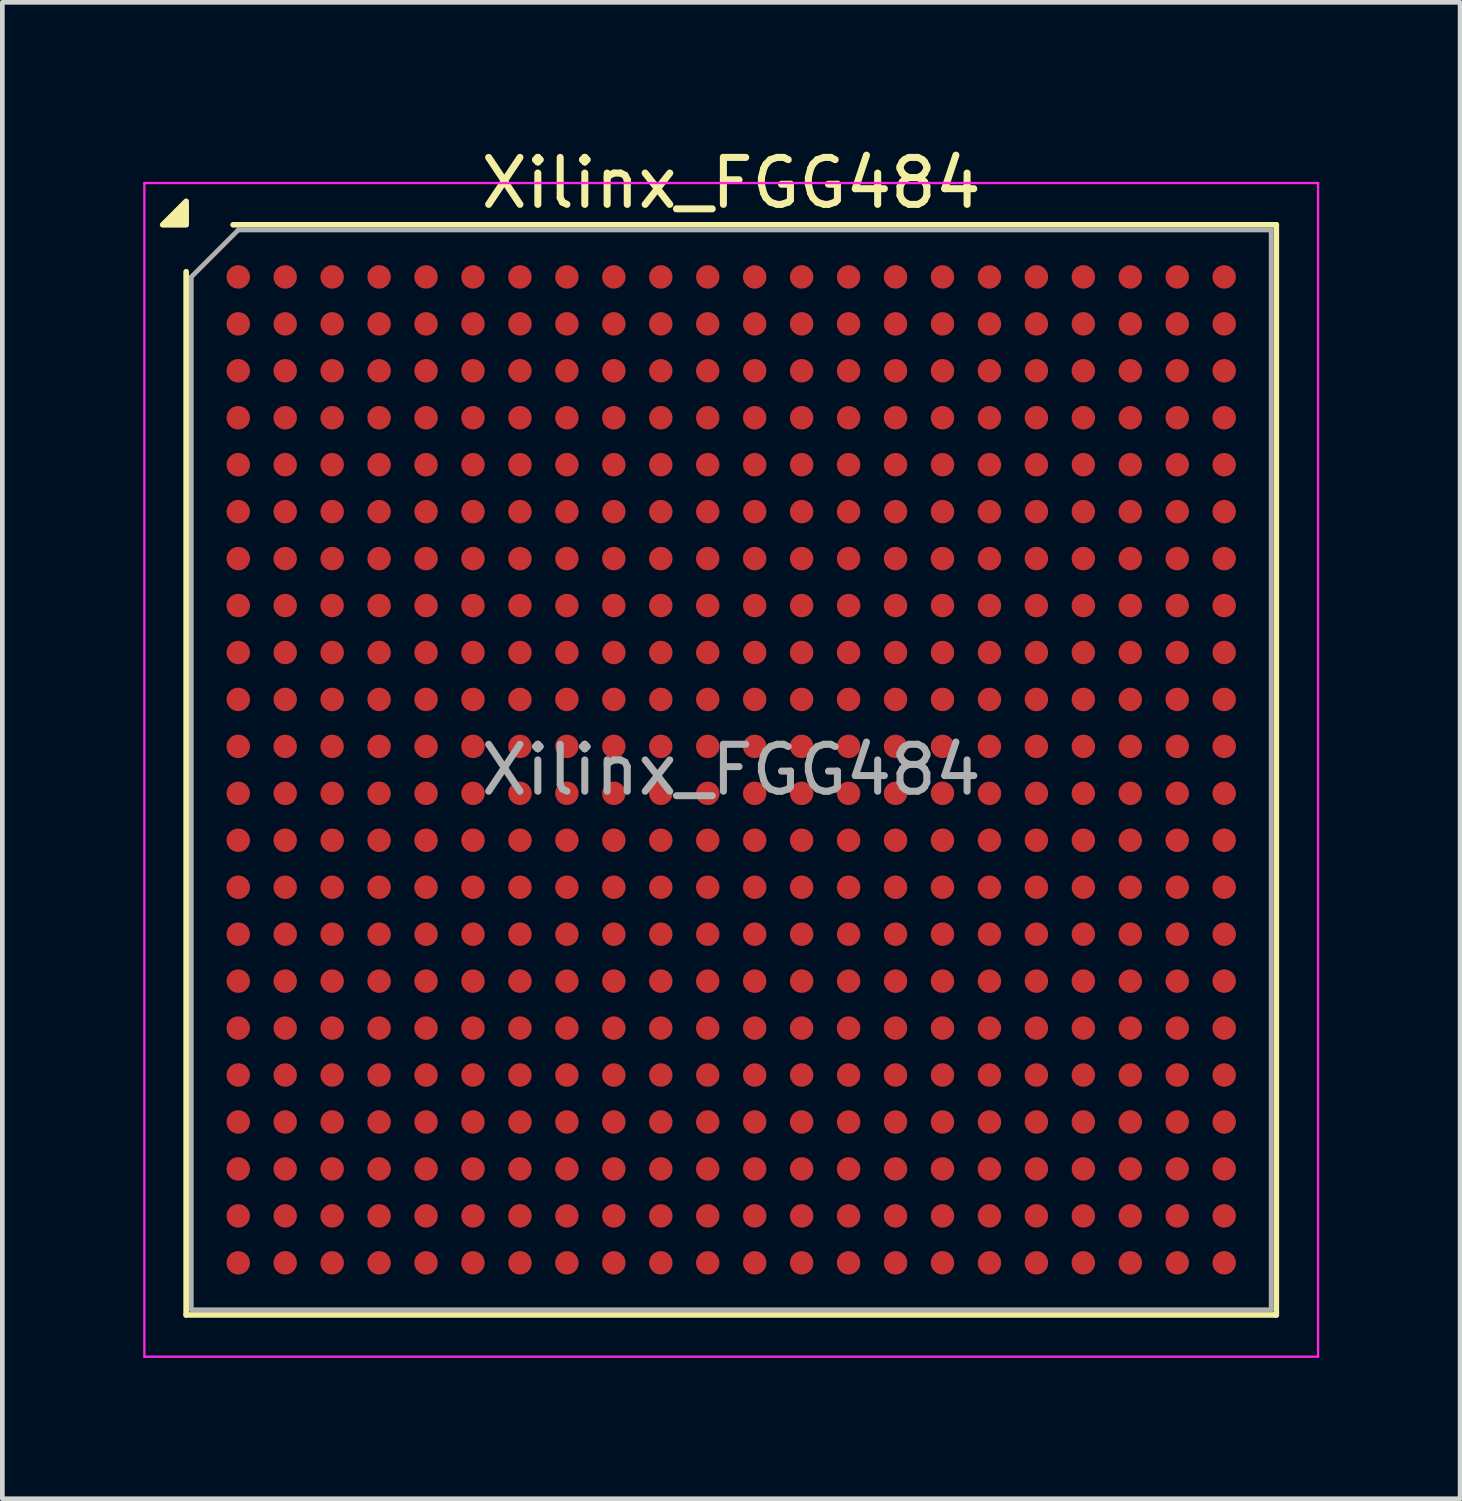
<source format=kicad_pcb>
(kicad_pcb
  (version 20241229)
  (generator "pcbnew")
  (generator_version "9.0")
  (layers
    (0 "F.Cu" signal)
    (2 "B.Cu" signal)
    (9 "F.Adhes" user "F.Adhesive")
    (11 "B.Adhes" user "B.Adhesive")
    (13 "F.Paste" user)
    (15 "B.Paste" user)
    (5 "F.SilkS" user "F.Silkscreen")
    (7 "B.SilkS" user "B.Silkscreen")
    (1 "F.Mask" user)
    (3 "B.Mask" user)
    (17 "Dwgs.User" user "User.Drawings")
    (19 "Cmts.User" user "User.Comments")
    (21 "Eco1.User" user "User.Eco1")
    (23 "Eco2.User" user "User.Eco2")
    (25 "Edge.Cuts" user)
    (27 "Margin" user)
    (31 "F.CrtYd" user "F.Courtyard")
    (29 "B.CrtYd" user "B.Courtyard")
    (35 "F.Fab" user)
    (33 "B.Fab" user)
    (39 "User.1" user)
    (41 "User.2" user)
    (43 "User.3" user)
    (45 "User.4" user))
  (footprint "Xilinx_FGG484"
    (layer "F.Cu")
    (at 12.525 13.348)
    (property "Reference" "Xilinx_FGG484" (at 0 -12.5 0) (layer "F.SilkS") (effects (font (size 1 1) (thickness 0.15))))
    (attr smd)
    (fp_line (start -11.61 11.61) (end -11.61 -10.61) (stroke (width 0.12) (type solid)) (layer "F.SilkS"))
    (fp_line (start -10.61 -11.61) (end 11.61 -11.61) (stroke (width 0.12) (type solid)) (layer "F.SilkS"))
    (fp_line (start 11.61 -11.61) (end 11.61 11.61) (stroke (width 0.12) (type solid)) (layer "F.SilkS"))
    (fp_line (start 11.61 11.61) (end -11.61 11.61) (stroke (width 0.12) (type solid)) (layer "F.SilkS"))
    (fp_poly (pts (xy -11.61 -11.61) (xy -12.11 -11.61) (xy -11.61 -12.11) (xy -11.61 -11.61)) (stroke (width 0.12) (type solid)) (fill yes) (layer "F.SilkS"))
    (fp_line (start -12.5 -12.5) (end -12.5 12.5) (stroke (width 0.05) (type solid)) (layer "F.CrtYd"))
    (fp_line (start -12.5 12.5) (end 12.5 12.5) (stroke (width 0.05) (type solid)) (layer "F.CrtYd"))
    (fp_line (start 12.5 -12.5) (end -12.5 -12.5) (stroke (width 0.05) (type solid)) (layer "F.CrtYd"))
    (fp_line (start 12.5 12.5) (end 12.5 -12.5) (stroke (width 0.05) (type solid)) (layer "F.CrtYd"))
    (fp_line (start -11.5 -10.5) (end -10.5 -11.5) (stroke (width 0.1) (type solid)) (layer "F.Fab"))
    (fp_line (start -11.5 11.5) (end -11.5 -10.5) (stroke (width 0.1) (type solid)) (layer "F.Fab"))
    (fp_line (start -10.5 -11.5) (end 11.5 -11.5) (stroke (width 0.1) (type solid)) (layer "F.Fab"))
    (fp_line (start 11.5 -11.5) (end 11.5 11.5) (stroke (width 0.1) (type solid)) (layer "F.Fab"))
    (fp_line (start 11.5 11.5) (end -11.5 11.5) (stroke (width 0.1) (type solid)) (layer "F.Fab"))
    (fp_text user "${REFERENCE}" (at 0 0 0) (layer "F.Fab") (effects (font (size 1 1) (thickness 0.15))))
    (pad "A1" smd circle (at -10.5 -10.5) (size 0.5 0.5) (property pad_prop_bga) (layers "F.Cu" "F.Mask" "F.Paste"))
    (pad "A2" smd circle (at -9.5 -10.5) (size 0.5 0.5) (property pad_prop_bga) (layers "F.Cu" "F.Mask" "F.Paste"))
    (pad "A3" smd circle (at -8.5 -10.5) (size 0.5 0.5) (property pad_prop_bga) (layers "F.Cu" "F.Mask" "F.Paste"))
    (pad "A4" smd circle (at -7.5 -10.5) (size 0.5 0.5) (property pad_prop_bga) (layers "F.Cu" "F.Mask" "F.Paste"))
    (pad "A5" smd circle (at -6.5 -10.5) (size 0.5 0.5) (property pad_prop_bga) (layers "F.Cu" "F.Mask" "F.Paste"))
    (pad "A6" smd circle (at -5.5 -10.5) (size 0.5 0.5) (property pad_prop_bga) (layers "F.Cu" "F.Mask" "F.Paste"))
    (pad "A7" smd circle (at -4.5 -10.5) (size 0.5 0.5) (property pad_prop_bga) (layers "F.Cu" "F.Mask" "F.Paste"))
    (pad "A8" smd circle (at -3.5 -10.5) (size 0.5 0.5) (property pad_prop_bga) (layers "F.Cu" "F.Mask" "F.Paste"))
    (pad "A9" smd circle (at -2.5 -10.5) (size 0.5 0.5) (property pad_prop_bga) (layers "F.Cu" "F.Mask" "F.Paste"))
    (pad "A10" smd circle (at -1.5 -10.5) (size 0.5 0.5) (property pad_prop_bga) (layers "F.Cu" "F.Mask" "F.Paste"))
    (pad "A11" smd circle (at -0.5 -10.5) (size 0.5 0.5) (property pad_prop_bga) (layers "F.Cu" "F.Mask" "F.Paste"))
    (pad "A12" smd circle (at 0.5 -10.5) (size 0.5 0.5) (property pad_prop_bga) (layers "F.Cu" "F.Mask" "F.Paste"))
    (pad "A13" smd circle (at 1.5 -10.5) (size 0.5 0.5) (property pad_prop_bga) (layers "F.Cu" "F.Mask" "F.Paste"))
    (pad "A14" smd circle (at 2.5 -10.5) (size 0.5 0.5) (property pad_prop_bga) (layers "F.Cu" "F.Mask" "F.Paste"))
    (pad "A15" smd circle (at 3.5 -10.5) (size 0.5 0.5) (property pad_prop_bga) (layers "F.Cu" "F.Mask" "F.Paste"))
    (pad "A16" smd circle (at 4.5 -10.5) (size 0.5 0.5) (property pad_prop_bga) (layers "F.Cu" "F.Mask" "F.Paste"))
    (pad "A17" smd circle (at 5.5 -10.5) (size 0.5 0.5) (property pad_prop_bga) (layers "F.Cu" "F.Mask" "F.Paste"))
    (pad "A18" smd circle (at 6.5 -10.5) (size 0.5 0.5) (property pad_prop_bga) (layers "F.Cu" "F.Mask" "F.Paste"))
    (pad "A19" smd circle (at 7.5 -10.5) (size 0.5 0.5) (property pad_prop_bga) (layers "F.Cu" "F.Mask" "F.Paste"))
    (pad "A20" smd circle (at 8.5 -10.5) (size 0.5 0.5) (property pad_prop_bga) (layers "F.Cu" "F.Mask" "F.Paste"))
    (pad "A21" smd circle (at 9.5 -10.5) (size 0.5 0.5) (property pad_prop_bga) (layers "F.Cu" "F.Mask" "F.Paste"))
    (pad "A22" smd circle (at 10.5 -10.5) (size 0.5 0.5) (property pad_prop_bga) (layers "F.Cu" "F.Mask" "F.Paste"))
    (pad "AA1" smd circle (at -10.5 9.5) (size 0.5 0.5) (property pad_prop_bga) (layers "F.Cu" "F.Mask" "F.Paste"))
    (pad "AA2" smd circle (at -9.5 9.5) (size 0.5 0.5) (property pad_prop_bga) (layers "F.Cu" "F.Mask" "F.Paste"))
    (pad "AA3" smd circle (at -8.5 9.5) (size 0.5 0.5) (property pad_prop_bga) (layers "F.Cu" "F.Mask" "F.Paste"))
    (pad "AA4" smd circle (at -7.5 9.5) (size 0.5 0.5) (property pad_prop_bga) (layers "F.Cu" "F.Mask" "F.Paste"))
    (pad "AA5" smd circle (at -6.5 9.5) (size 0.5 0.5) (property pad_prop_bga) (layers "F.Cu" "F.Mask" "F.Paste"))
    (pad "AA6" smd circle (at -5.5 9.5) (size 0.5 0.5) (property pad_prop_bga) (layers "F.Cu" "F.Mask" "F.Paste"))
    (pad "AA7" smd circle (at -4.5 9.5) (size 0.5 0.5) (property pad_prop_bga) (layers "F.Cu" "F.Mask" "F.Paste"))
    (pad "AA8" smd circle (at -3.5 9.5) (size 0.5 0.5) (property pad_prop_bga) (layers "F.Cu" "F.Mask" "F.Paste"))
    (pad "AA9" smd circle (at -2.5 9.5) (size 0.5 0.5) (property pad_prop_bga) (layers "F.Cu" "F.Mask" "F.Paste"))
    (pad "AA10" smd circle (at -1.5 9.5) (size 0.5 0.5) (property pad_prop_bga) (layers "F.Cu" "F.Mask" "F.Paste"))
    (pad "AA11" smd circle (at -0.5 9.5) (size 0.5 0.5) (property pad_prop_bga) (layers "F.Cu" "F.Mask" "F.Paste"))
    (pad "AA12" smd circle (at 0.5 9.5) (size 0.5 0.5) (property pad_prop_bga) (layers "F.Cu" "F.Mask" "F.Paste"))
    (pad "AA13" smd circle (at 1.5 9.5) (size 0.5 0.5) (property pad_prop_bga) (layers "F.Cu" "F.Mask" "F.Paste"))
    (pad "AA14" smd circle (at 2.5 9.5) (size 0.5 0.5) (property pad_prop_bga) (layers "F.Cu" "F.Mask" "F.Paste"))
    (pad "AA15" smd circle (at 3.5 9.5) (size 0.5 0.5) (property pad_prop_bga) (layers "F.Cu" "F.Mask" "F.Paste"))
    (pad "AA16" smd circle (at 4.5 9.5) (size 0.5 0.5) (property pad_prop_bga) (layers "F.Cu" "F.Mask" "F.Paste"))
    (pad "AA17" smd circle (at 5.5 9.5) (size 0.5 0.5) (property pad_prop_bga) (layers "F.Cu" "F.Mask" "F.Paste"))
    (pad "AA18" smd circle (at 6.5 9.5) (size 0.5 0.5) (property pad_prop_bga) (layers "F.Cu" "F.Mask" "F.Paste"))
    (pad "AA19" smd circle (at 7.5 9.5) (size 0.5 0.5) (property pad_prop_bga) (layers "F.Cu" "F.Mask" "F.Paste"))
    (pad "AA20" smd circle (at 8.5 9.5) (size 0.5 0.5) (property pad_prop_bga) (layers "F.Cu" "F.Mask" "F.Paste"))
    (pad "AA21" smd circle (at 9.5 9.5) (size 0.5 0.5) (property pad_prop_bga) (layers "F.Cu" "F.Mask" "F.Paste"))
    (pad "AA22" smd circle (at 10.5 9.5) (size 0.5 0.5) (property pad_prop_bga) (layers "F.Cu" "F.Mask" "F.Paste"))
    (pad "AB1" smd circle (at -10.5 10.5) (size 0.5 0.5) (property pad_prop_bga) (layers "F.Cu" "F.Mask" "F.Paste"))
    (pad "AB2" smd circle (at -9.5 10.5) (size 0.5 0.5) (property pad_prop_bga) (layers "F.Cu" "F.Mask" "F.Paste"))
    (pad "AB3" smd circle (at -8.5 10.5) (size 0.5 0.5) (property pad_prop_bga) (layers "F.Cu" "F.Mask" "F.Paste"))
    (pad "AB4" smd circle (at -7.5 10.5) (size 0.5 0.5) (property pad_prop_bga) (layers "F.Cu" "F.Mask" "F.Paste"))
    (pad "AB5" smd circle (at -6.5 10.5) (size 0.5 0.5) (property pad_prop_bga) (layers "F.Cu" "F.Mask" "F.Paste"))
    (pad "AB6" smd circle (at -5.5 10.5) (size 0.5 0.5) (property pad_prop_bga) (layers "F.Cu" "F.Mask" "F.Paste"))
    (pad "AB7" smd circle (at -4.5 10.5) (size 0.5 0.5) (property pad_prop_bga) (layers "F.Cu" "F.Mask" "F.Paste"))
    (pad "AB8" smd circle (at -3.5 10.5) (size 0.5 0.5) (property pad_prop_bga) (layers "F.Cu" "F.Mask" "F.Paste"))
    (pad "AB9" smd circle (at -2.5 10.5) (size 0.5 0.5) (property pad_prop_bga) (layers "F.Cu" "F.Mask" "F.Paste"))
    (pad "AB10" smd circle (at -1.5 10.5) (size 0.5 0.5) (property pad_prop_bga) (layers "F.Cu" "F.Mask" "F.Paste"))
    (pad "AB11" smd circle (at -0.5 10.5) (size 0.5 0.5) (property pad_prop_bga) (layers "F.Cu" "F.Mask" "F.Paste"))
    (pad "AB12" smd circle (at 0.5 10.5) (size 0.5 0.5) (property pad_prop_bga) (layers "F.Cu" "F.Mask" "F.Paste"))
    (pad "AB13" smd circle (at 1.5 10.5) (size 0.5 0.5) (property pad_prop_bga) (layers "F.Cu" "F.Mask" "F.Paste"))
    (pad "AB14" smd circle (at 2.5 10.5) (size 0.5 0.5) (property pad_prop_bga) (layers "F.Cu" "F.Mask" "F.Paste"))
    (pad "AB15" smd circle (at 3.5 10.5) (size 0.5 0.5) (property pad_prop_bga) (layers "F.Cu" "F.Mask" "F.Paste"))
    (pad "AB16" smd circle (at 4.5 10.5) (size 0.5 0.5) (property pad_prop_bga) (layers "F.Cu" "F.Mask" "F.Paste"))
    (pad "AB17" smd circle (at 5.5 10.5) (size 0.5 0.5) (property pad_prop_bga) (layers "F.Cu" "F.Mask" "F.Paste"))
    (pad "AB18" smd circle (at 6.5 10.5) (size 0.5 0.5) (property pad_prop_bga) (layers "F.Cu" "F.Mask" "F.Paste"))
    (pad "AB19" smd circle (at 7.5 10.5) (size 0.5 0.5) (property pad_prop_bga) (layers "F.Cu" "F.Mask" "F.Paste"))
    (pad "AB20" smd circle (at 8.5 10.5) (size 0.5 0.5) (property pad_prop_bga) (layers "F.Cu" "F.Mask" "F.Paste"))
    (pad "AB21" smd circle (at 9.5 10.5) (size 0.5 0.5) (property pad_prop_bga) (layers "F.Cu" "F.Mask" "F.Paste"))
    (pad "AB22" smd circle (at 10.5 10.5) (size 0.5 0.5) (property pad_prop_bga) (layers "F.Cu" "F.Mask" "F.Paste"))
    (pad "B1" smd circle (at -10.5 -9.5) (size 0.5 0.5) (property pad_prop_bga) (layers "F.Cu" "F.Mask" "F.Paste"))
    (pad "B2" smd circle (at -9.5 -9.5) (size 0.5 0.5) (property pad_prop_bga) (layers "F.Cu" "F.Mask" "F.Paste"))
    (pad "B3" smd circle (at -8.5 -9.5) (size 0.5 0.5) (property pad_prop_bga) (layers "F.Cu" "F.Mask" "F.Paste"))
    (pad "B4" smd circle (at -7.5 -9.5) (size 0.5 0.5) (property pad_prop_bga) (layers "F.Cu" "F.Mask" "F.Paste"))
    (pad "B5" smd circle (at -6.5 -9.5) (size 0.5 0.5) (property pad_prop_bga) (layers "F.Cu" "F.Mask" "F.Paste"))
    (pad "B6" smd circle (at -5.5 -9.5) (size 0.5 0.5) (property pad_prop_bga) (layers "F.Cu" "F.Mask" "F.Paste"))
    (pad "B7" smd circle (at -4.5 -9.5) (size 0.5 0.5) (property pad_prop_bga) (layers "F.Cu" "F.Mask" "F.Paste"))
    (pad "B8" smd circle (at -3.5 -9.5) (size 0.5 0.5) (property pad_prop_bga) (layers "F.Cu" "F.Mask" "F.Paste"))
    (pad "B9" smd circle (at -2.5 -9.5) (size 0.5 0.5) (property pad_prop_bga) (layers "F.Cu" "F.Mask" "F.Paste"))
    (pad "B10" smd circle (at -1.5 -9.5) (size 0.5 0.5) (property pad_prop_bga) (layers "F.Cu" "F.Mask" "F.Paste"))
    (pad "B11" smd circle (at -0.5 -9.5) (size 0.5 0.5) (property pad_prop_bga) (layers "F.Cu" "F.Mask" "F.Paste"))
    (pad "B12" smd circle (at 0.5 -9.5) (size 0.5 0.5) (property pad_prop_bga) (layers "F.Cu" "F.Mask" "F.Paste"))
    (pad "B13" smd circle (at 1.5 -9.5) (size 0.5 0.5) (property pad_prop_bga) (layers "F.Cu" "F.Mask" "F.Paste"))
    (pad "B14" smd circle (at 2.5 -9.5) (size 0.5 0.5) (property pad_prop_bga) (layers "F.Cu" "F.Mask" "F.Paste"))
    (pad "B15" smd circle (at 3.5 -9.5) (size 0.5 0.5) (property pad_prop_bga) (layers "F.Cu" "F.Mask" "F.Paste"))
    (pad "B16" smd circle (at 4.5 -9.5) (size 0.5 0.5) (property pad_prop_bga) (layers "F.Cu" "F.Mask" "F.Paste"))
    (pad "B17" smd circle (at 5.5 -9.5) (size 0.5 0.5) (property pad_prop_bga) (layers "F.Cu" "F.Mask" "F.Paste"))
    (pad "B18" smd circle (at 6.5 -9.5) (size 0.5 0.5) (property pad_prop_bga) (layers "F.Cu" "F.Mask" "F.Paste"))
    (pad "B19" smd circle (at 7.5 -9.5) (size 0.5 0.5) (property pad_prop_bga) (layers "F.Cu" "F.Mask" "F.Paste"))
    (pad "B20" smd circle (at 8.5 -9.5) (size 0.5 0.5) (property pad_prop_bga) (layers "F.Cu" "F.Mask" "F.Paste"))
    (pad "B21" smd circle (at 9.5 -9.5) (size 0.5 0.5) (property pad_prop_bga) (layers "F.Cu" "F.Mask" "F.Paste"))
    (pad "B22" smd circle (at 10.5 -9.5) (size 0.5 0.5) (property pad_prop_bga) (layers "F.Cu" "F.Mask" "F.Paste"))
    (pad "C1" smd circle (at -10.5 -8.5) (size 0.5 0.5) (property pad_prop_bga) (layers "F.Cu" "F.Mask" "F.Paste"))
    (pad "C2" smd circle (at -9.5 -8.5) (size 0.5 0.5) (property pad_prop_bga) (layers "F.Cu" "F.Mask" "F.Paste"))
    (pad "C3" smd circle (at -8.5 -8.5) (size 0.5 0.5) (property pad_prop_bga) (layers "F.Cu" "F.Mask" "F.Paste"))
    (pad "C4" smd circle (at -7.5 -8.5) (size 0.5 0.5) (property pad_prop_bga) (layers "F.Cu" "F.Mask" "F.Paste"))
    (pad "C5" smd circle (at -6.5 -8.5) (size 0.5 0.5) (property pad_prop_bga) (layers "F.Cu" "F.Mask" "F.Paste"))
    (pad "C6" smd circle (at -5.5 -8.5) (size 0.5 0.5) (property pad_prop_bga) (layers "F.Cu" "F.Mask" "F.Paste"))
    (pad "C7" smd circle (at -4.5 -8.5) (size 0.5 0.5) (property pad_prop_bga) (layers "F.Cu" "F.Mask" "F.Paste"))
    (pad "C8" smd circle (at -3.5 -8.5) (size 0.5 0.5) (property pad_prop_bga) (layers "F.Cu" "F.Mask" "F.Paste"))
    (pad "C9" smd circle (at -2.5 -8.5) (size 0.5 0.5) (property pad_prop_bga) (layers "F.Cu" "F.Mask" "F.Paste"))
    (pad "C10" smd circle (at -1.5 -8.5) (size 0.5 0.5) (property pad_prop_bga) (layers "F.Cu" "F.Mask" "F.Paste"))
    (pad "C11" smd circle (at -0.5 -8.5) (size 0.5 0.5) (property pad_prop_bga) (layers "F.Cu" "F.Mask" "F.Paste"))
    (pad "C12" smd circle (at 0.5 -8.5) (size 0.5 0.5) (property pad_prop_bga) (layers "F.Cu" "F.Mask" "F.Paste"))
    (pad "C13" smd circle (at 1.5 -8.5) (size 0.5 0.5) (property pad_prop_bga) (layers "F.Cu" "F.Mask" "F.Paste"))
    (pad "C14" smd circle (at 2.5 -8.5) (size 0.5 0.5) (property pad_prop_bga) (layers "F.Cu" "F.Mask" "F.Paste"))
    (pad "C15" smd circle (at 3.5 -8.5) (size 0.5 0.5) (property pad_prop_bga) (layers "F.Cu" "F.Mask" "F.Paste"))
    (pad "C16" smd circle (at 4.5 -8.5) (size 0.5 0.5) (property pad_prop_bga) (layers "F.Cu" "F.Mask" "F.Paste"))
    (pad "C17" smd circle (at 5.5 -8.5) (size 0.5 0.5) (property pad_prop_bga) (layers "F.Cu" "F.Mask" "F.Paste"))
    (pad "C18" smd circle (at 6.5 -8.5) (size 0.5 0.5) (property pad_prop_bga) (layers "F.Cu" "F.Mask" "F.Paste"))
    (pad "C19" smd circle (at 7.5 -8.5) (size 0.5 0.5) (property pad_prop_bga) (layers "F.Cu" "F.Mask" "F.Paste"))
    (pad "C20" smd circle (at 8.5 -8.5) (size 0.5 0.5) (property pad_prop_bga) (layers "F.Cu" "F.Mask" "F.Paste"))
    (pad "C21" smd circle (at 9.5 -8.5) (size 0.5 0.5) (property pad_prop_bga) (layers "F.Cu" "F.Mask" "F.Paste"))
    (pad "C22" smd circle (at 10.5 -8.5) (size 0.5 0.5) (property pad_prop_bga) (layers "F.Cu" "F.Mask" "F.Paste"))
    (pad "D1" smd circle (at -10.5 -7.5) (size 0.5 0.5) (property pad_prop_bga) (layers "F.Cu" "F.Mask" "F.Paste"))
    (pad "D2" smd circle (at -9.5 -7.5) (size 0.5 0.5) (property pad_prop_bga) (layers "F.Cu" "F.Mask" "F.Paste"))
    (pad "D3" smd circle (at -8.5 -7.5) (size 0.5 0.5) (property pad_prop_bga) (layers "F.Cu" "F.Mask" "F.Paste"))
    (pad "D4" smd circle (at -7.5 -7.5) (size 0.5 0.5) (property pad_prop_bga) (layers "F.Cu" "F.Mask" "F.Paste"))
    (pad "D5" smd circle (at -6.5 -7.5) (size 0.5 0.5) (property pad_prop_bga) (layers "F.Cu" "F.Mask" "F.Paste"))
    (pad "D6" smd circle (at -5.5 -7.5) (size 0.5 0.5) (property pad_prop_bga) (layers "F.Cu" "F.Mask" "F.Paste"))
    (pad "D7" smd circle (at -4.5 -7.5) (size 0.5 0.5) (property pad_prop_bga) (layers "F.Cu" "F.Mask" "F.Paste"))
    (pad "D8" smd circle (at -3.5 -7.5) (size 0.5 0.5) (property pad_prop_bga) (layers "F.Cu" "F.Mask" "F.Paste"))
    (pad "D9" smd circle (at -2.5 -7.5) (size 0.5 0.5) (property pad_prop_bga) (layers "F.Cu" "F.Mask" "F.Paste"))
    (pad "D10" smd circle (at -1.5 -7.5) (size 0.5 0.5) (property pad_prop_bga) (layers "F.Cu" "F.Mask" "F.Paste"))
    (pad "D11" smd circle (at -0.5 -7.5) (size 0.5 0.5) (property pad_prop_bga) (layers "F.Cu" "F.Mask" "F.Paste"))
    (pad "D12" smd circle (at 0.5 -7.5) (size 0.5 0.5) (property pad_prop_bga) (layers "F.Cu" "F.Mask" "F.Paste"))
    (pad "D13" smd circle (at 1.5 -7.5) (size 0.5 0.5) (property pad_prop_bga) (layers "F.Cu" "F.Mask" "F.Paste"))
    (pad "D14" smd circle (at 2.5 -7.5) (size 0.5 0.5) (property pad_prop_bga) (layers "F.Cu" "F.Mask" "F.Paste"))
    (pad "D15" smd circle (at 3.5 -7.5) (size 0.5 0.5) (property pad_prop_bga) (layers "F.Cu" "F.Mask" "F.Paste"))
    (pad "D16" smd circle (at 4.5 -7.5) (size 0.5 0.5) (property pad_prop_bga) (layers "F.Cu" "F.Mask" "F.Paste"))
    (pad "D17" smd circle (at 5.5 -7.5) (size 0.5 0.5) (property pad_prop_bga) (layers "F.Cu" "F.Mask" "F.Paste"))
    (pad "D18" smd circle (at 6.5 -7.5) (size 0.5 0.5) (property pad_prop_bga) (layers "F.Cu" "F.Mask" "F.Paste"))
    (pad "D19" smd circle (at 7.5 -7.5) (size 0.5 0.5) (property pad_prop_bga) (layers "F.Cu" "F.Mask" "F.Paste"))
    (pad "D20" smd circle (at 8.5 -7.5) (size 0.5 0.5) (property pad_prop_bga) (layers "F.Cu" "F.Mask" "F.Paste"))
    (pad "D21" smd circle (at 9.5 -7.5) (size 0.5 0.5) (property pad_prop_bga) (layers "F.Cu" "F.Mask" "F.Paste"))
    (pad "D22" smd circle (at 10.5 -7.5) (size 0.5 0.5) (property pad_prop_bga) (layers "F.Cu" "F.Mask" "F.Paste"))
    (pad "E1" smd circle (at -10.5 -6.5) (size 0.5 0.5) (property pad_prop_bga) (layers "F.Cu" "F.Mask" "F.Paste"))
    (pad "E2" smd circle (at -9.5 -6.5) (size 0.5 0.5) (property pad_prop_bga) (layers "F.Cu" "F.Mask" "F.Paste"))
    (pad "E3" smd circle (at -8.5 -6.5) (size 0.5 0.5) (property pad_prop_bga) (layers "F.Cu" "F.Mask" "F.Paste"))
    (pad "E4" smd circle (at -7.5 -6.5) (size 0.5 0.5) (property pad_prop_bga) (layers "F.Cu" "F.Mask" "F.Paste"))
    (pad "E5" smd circle (at -6.5 -6.5) (size 0.5 0.5) (property pad_prop_bga) (layers "F.Cu" "F.Mask" "F.Paste"))
    (pad "E6" smd circle (at -5.5 -6.5) (size 0.5 0.5) (property pad_prop_bga) (layers "F.Cu" "F.Mask" "F.Paste"))
    (pad "E7" smd circle (at -4.5 -6.5) (size 0.5 0.5) (property pad_prop_bga) (layers "F.Cu" "F.Mask" "F.Paste"))
    (pad "E8" smd circle (at -3.5 -6.5) (size 0.5 0.5) (property pad_prop_bga) (layers "F.Cu" "F.Mask" "F.Paste"))
    (pad "E9" smd circle (at -2.5 -6.5) (size 0.5 0.5) (property pad_prop_bga) (layers "F.Cu" "F.Mask" "F.Paste"))
    (pad "E10" smd circle (at -1.5 -6.5) (size 0.5 0.5) (property pad_prop_bga) (layers "F.Cu" "F.Mask" "F.Paste"))
    (pad "E11" smd circle (at -0.5 -6.5) (size 0.5 0.5) (property pad_prop_bga) (layers "F.Cu" "F.Mask" "F.Paste"))
    (pad "E12" smd circle (at 0.5 -6.5) (size 0.5 0.5) (property pad_prop_bga) (layers "F.Cu" "F.Mask" "F.Paste"))
    (pad "E13" smd circle (at 1.5 -6.5) (size 0.5 0.5) (property pad_prop_bga) (layers "F.Cu" "F.Mask" "F.Paste"))
    (pad "E14" smd circle (at 2.5 -6.5) (size 0.5 0.5) (property pad_prop_bga) (layers "F.Cu" "F.Mask" "F.Paste"))
    (pad "E15" smd circle (at 3.5 -6.5) (size 0.5 0.5) (property pad_prop_bga) (layers "F.Cu" "F.Mask" "F.Paste"))
    (pad "E16" smd circle (at 4.5 -6.5) (size 0.5 0.5) (property pad_prop_bga) (layers "F.Cu" "F.Mask" "F.Paste"))
    (pad "E17" smd circle (at 5.5 -6.5) (size 0.5 0.5) (property pad_prop_bga) (layers "F.Cu" "F.Mask" "F.Paste"))
    (pad "E18" smd circle (at 6.5 -6.5) (size 0.5 0.5) (property pad_prop_bga) (layers "F.Cu" "F.Mask" "F.Paste"))
    (pad "E19" smd circle (at 7.5 -6.5) (size 0.5 0.5) (property pad_prop_bga) (layers "F.Cu" "F.Mask" "F.Paste"))
    (pad "E20" smd circle (at 8.5 -6.5) (size 0.5 0.5) (property pad_prop_bga) (layers "F.Cu" "F.Mask" "F.Paste"))
    (pad "E21" smd circle (at 9.5 -6.5) (size 0.5 0.5) (property pad_prop_bga) (layers "F.Cu" "F.Mask" "F.Paste"))
    (pad "E22" smd circle (at 10.5 -6.5) (size 0.5 0.5) (property pad_prop_bga) (layers "F.Cu" "F.Mask" "F.Paste"))
    (pad "F1" smd circle (at -10.5 -5.5) (size 0.5 0.5) (property pad_prop_bga) (layers "F.Cu" "F.Mask" "F.Paste"))
    (pad "F2" smd circle (at -9.5 -5.5) (size 0.5 0.5) (property pad_prop_bga) (layers "F.Cu" "F.Mask" "F.Paste"))
    (pad "F3" smd circle (at -8.5 -5.5) (size 0.5 0.5) (property pad_prop_bga) (layers "F.Cu" "F.Mask" "F.Paste"))
    (pad "F4" smd circle (at -7.5 -5.5) (size 0.5 0.5) (property pad_prop_bga) (layers "F.Cu" "F.Mask" "F.Paste"))
    (pad "F5" smd circle (at -6.5 -5.5) (size 0.5 0.5) (property pad_prop_bga) (layers "F.Cu" "F.Mask" "F.Paste"))
    (pad "F6" smd circle (at -5.5 -5.5) (size 0.5 0.5) (property pad_prop_bga) (layers "F.Cu" "F.Mask" "F.Paste"))
    (pad "F7" smd circle (at -4.5 -5.5) (size 0.5 0.5) (property pad_prop_bga) (layers "F.Cu" "F.Mask" "F.Paste"))
    (pad "F8" smd circle (at -3.5 -5.5) (size 0.5 0.5) (property pad_prop_bga) (layers "F.Cu" "F.Mask" "F.Paste"))
    (pad "F9" smd circle (at -2.5 -5.5) (size 0.5 0.5) (property pad_prop_bga) (layers "F.Cu" "F.Mask" "F.Paste"))
    (pad "F10" smd circle (at -1.5 -5.5) (size 0.5 0.5) (property pad_prop_bga) (layers "F.Cu" "F.Mask" "F.Paste"))
    (pad "F11" smd circle (at -0.5 -5.5) (size 0.5 0.5) (property pad_prop_bga) (layers "F.Cu" "F.Mask" "F.Paste"))
    (pad "F12" smd circle (at 0.5 -5.5) (size 0.5 0.5) (property pad_prop_bga) (layers "F.Cu" "F.Mask" "F.Paste"))
    (pad "F13" smd circle (at 1.5 -5.5) (size 0.5 0.5) (property pad_prop_bga) (layers "F.Cu" "F.Mask" "F.Paste"))
    (pad "F14" smd circle (at 2.5 -5.5) (size 0.5 0.5) (property pad_prop_bga) (layers "F.Cu" "F.Mask" "F.Paste"))
    (pad "F15" smd circle (at 3.5 -5.5) (size 0.5 0.5) (property pad_prop_bga) (layers "F.Cu" "F.Mask" "F.Paste"))
    (pad "F16" smd circle (at 4.5 -5.5) (size 0.5 0.5) (property pad_prop_bga) (layers "F.Cu" "F.Mask" "F.Paste"))
    (pad "F17" smd circle (at 5.5 -5.5) (size 0.5 0.5) (property pad_prop_bga) (layers "F.Cu" "F.Mask" "F.Paste"))
    (pad "F18" smd circle (at 6.5 -5.5) (size 0.5 0.5) (property pad_prop_bga) (layers "F.Cu" "F.Mask" "F.Paste"))
    (pad "F19" smd circle (at 7.5 -5.5) (size 0.5 0.5) (property pad_prop_bga) (layers "F.Cu" "F.Mask" "F.Paste"))
    (pad "F20" smd circle (at 8.5 -5.5) (size 0.5 0.5) (property pad_prop_bga) (layers "F.Cu" "F.Mask" "F.Paste"))
    (pad "F21" smd circle (at 9.5 -5.5) (size 0.5 0.5) (property pad_prop_bga) (layers "F.Cu" "F.Mask" "F.Paste"))
    (pad "F22" smd circle (at 10.5 -5.5) (size 0.5 0.5) (property pad_prop_bga) (layers "F.Cu" "F.Mask" "F.Paste"))
    (pad "G1" smd circle (at -10.5 -4.5) (size 0.5 0.5) (property pad_prop_bga) (layers "F.Cu" "F.Mask" "F.Paste"))
    (pad "G2" smd circle (at -9.5 -4.5) (size 0.5 0.5) (property pad_prop_bga) (layers "F.Cu" "F.Mask" "F.Paste"))
    (pad "G3" smd circle (at -8.5 -4.5) (size 0.5 0.5) (property pad_prop_bga) (layers "F.Cu" "F.Mask" "F.Paste"))
    (pad "G4" smd circle (at -7.5 -4.5) (size 0.5 0.5) (property pad_prop_bga) (layers "F.Cu" "F.Mask" "F.Paste"))
    (pad "G5" smd circle (at -6.5 -4.5) (size 0.5 0.5) (property pad_prop_bga) (layers "F.Cu" "F.Mask" "F.Paste"))
    (pad "G6" smd circle (at -5.5 -4.5) (size 0.5 0.5) (property pad_prop_bga) (layers "F.Cu" "F.Mask" "F.Paste"))
    (pad "G7" smd circle (at -4.5 -4.5) (size 0.5 0.5) (property pad_prop_bga) (layers "F.Cu" "F.Mask" "F.Paste"))
    (pad "G8" smd circle (at -3.5 -4.5) (size 0.5 0.5) (property pad_prop_bga) (layers "F.Cu" "F.Mask" "F.Paste"))
    (pad "G9" smd circle (at -2.5 -4.5) (size 0.5 0.5) (property pad_prop_bga) (layers "F.Cu" "F.Mask" "F.Paste"))
    (pad "G10" smd circle (at -1.5 -4.5) (size 0.5 0.5) (property pad_prop_bga) (layers "F.Cu" "F.Mask" "F.Paste"))
    (pad "G11" smd circle (at -0.5 -4.5) (size 0.5 0.5) (property pad_prop_bga) (layers "F.Cu" "F.Mask" "F.Paste"))
    (pad "G12" smd circle (at 0.5 -4.5) (size 0.5 0.5) (property pad_prop_bga) (layers "F.Cu" "F.Mask" "F.Paste"))
    (pad "G13" smd circle (at 1.5 -4.5) (size 0.5 0.5) (property pad_prop_bga) (layers "F.Cu" "F.Mask" "F.Paste"))
    (pad "G14" smd circle (at 2.5 -4.5) (size 0.5 0.5) (property pad_prop_bga) (layers "F.Cu" "F.Mask" "F.Paste"))
    (pad "G15" smd circle (at 3.5 -4.5) (size 0.5 0.5) (property pad_prop_bga) (layers "F.Cu" "F.Mask" "F.Paste"))
    (pad "G16" smd circle (at 4.5 -4.5) (size 0.5 0.5) (property pad_prop_bga) (layers "F.Cu" "F.Mask" "F.Paste"))
    (pad "G17" smd circle (at 5.5 -4.5) (size 0.5 0.5) (property pad_prop_bga) (layers "F.Cu" "F.Mask" "F.Paste"))
    (pad "G18" smd circle (at 6.5 -4.5) (size 0.5 0.5) (property pad_prop_bga) (layers "F.Cu" "F.Mask" "F.Paste"))
    (pad "G19" smd circle (at 7.5 -4.5) (size 0.5 0.5) (property pad_prop_bga) (layers "F.Cu" "F.Mask" "F.Paste"))
    (pad "G20" smd circle (at 8.5 -4.5) (size 0.5 0.5) (property pad_prop_bga) (layers "F.Cu" "F.Mask" "F.Paste"))
    (pad "G21" smd circle (at 9.5 -4.5) (size 0.5 0.5) (property pad_prop_bga) (layers "F.Cu" "F.Mask" "F.Paste"))
    (pad "G22" smd circle (at 10.5 -4.5) (size 0.5 0.5) (property pad_prop_bga) (layers "F.Cu" "F.Mask" "F.Paste"))
    (pad "H1" smd circle (at -10.5 -3.5) (size 0.5 0.5) (property pad_prop_bga) (layers "F.Cu" "F.Mask" "F.Paste"))
    (pad "H2" smd circle (at -9.5 -3.5) (size 0.5 0.5) (property pad_prop_bga) (layers "F.Cu" "F.Mask" "F.Paste"))
    (pad "H3" smd circle (at -8.5 -3.5) (size 0.5 0.5) (property pad_prop_bga) (layers "F.Cu" "F.Mask" "F.Paste"))
    (pad "H4" smd circle (at -7.5 -3.5) (size 0.5 0.5) (property pad_prop_bga) (layers "F.Cu" "F.Mask" "F.Paste"))
    (pad "H5" smd circle (at -6.5 -3.5) (size 0.5 0.5) (property pad_prop_bga) (layers "F.Cu" "F.Mask" "F.Paste"))
    (pad "H6" smd circle (at -5.5 -3.5) (size 0.5 0.5) (property pad_prop_bga) (layers "F.Cu" "F.Mask" "F.Paste"))
    (pad "H7" smd circle (at -4.5 -3.5) (size 0.5 0.5) (property pad_prop_bga) (layers "F.Cu" "F.Mask" "F.Paste"))
    (pad "H8" smd circle (at -3.5 -3.5) (size 0.5 0.5) (property pad_prop_bga) (layers "F.Cu" "F.Mask" "F.Paste"))
    (pad "H9" smd circle (at -2.5 -3.5) (size 0.5 0.5) (property pad_prop_bga) (layers "F.Cu" "F.Mask" "F.Paste"))
    (pad "H10" smd circle (at -1.5 -3.5) (size 0.5 0.5) (property pad_prop_bga) (layers "F.Cu" "F.Mask" "F.Paste"))
    (pad "H11" smd circle (at -0.5 -3.5) (size 0.5 0.5) (property pad_prop_bga) (layers "F.Cu" "F.Mask" "F.Paste"))
    (pad "H12" smd circle (at 0.5 -3.5) (size 0.5 0.5) (property pad_prop_bga) (layers "F.Cu" "F.Mask" "F.Paste"))
    (pad "H13" smd circle (at 1.5 -3.5) (size 0.5 0.5) (property pad_prop_bga) (layers "F.Cu" "F.Mask" "F.Paste"))
    (pad "H14" smd circle (at 2.5 -3.5) (size 0.5 0.5) (property pad_prop_bga) (layers "F.Cu" "F.Mask" "F.Paste"))
    (pad "H15" smd circle (at 3.5 -3.5) (size 0.5 0.5) (property pad_prop_bga) (layers "F.Cu" "F.Mask" "F.Paste"))
    (pad "H16" smd circle (at 4.5 -3.5) (size 0.5 0.5) (property pad_prop_bga) (layers "F.Cu" "F.Mask" "F.Paste"))
    (pad "H17" smd circle (at 5.5 -3.5) (size 0.5 0.5) (property pad_prop_bga) (layers "F.Cu" "F.Mask" "F.Paste"))
    (pad "H18" smd circle (at 6.5 -3.5) (size 0.5 0.5) (property pad_prop_bga) (layers "F.Cu" "F.Mask" "F.Paste"))
    (pad "H19" smd circle (at 7.5 -3.5) (size 0.5 0.5) (property pad_prop_bga) (layers "F.Cu" "F.Mask" "F.Paste"))
    (pad "H20" smd circle (at 8.5 -3.5) (size 0.5 0.5) (property pad_prop_bga) (layers "F.Cu" "F.Mask" "F.Paste"))
    (pad "H21" smd circle (at 9.5 -3.5) (size 0.5 0.5) (property pad_prop_bga) (layers "F.Cu" "F.Mask" "F.Paste"))
    (pad "H22" smd circle (at 10.5 -3.5) (size 0.5 0.5) (property pad_prop_bga) (layers "F.Cu" "F.Mask" "F.Paste"))
    (pad "J1" smd circle (at -10.5 -2.5) (size 0.5 0.5) (property pad_prop_bga) (layers "F.Cu" "F.Mask" "F.Paste"))
    (pad "J2" smd circle (at -9.5 -2.5) (size 0.5 0.5) (property pad_prop_bga) (layers "F.Cu" "F.Mask" "F.Paste"))
    (pad "J3" smd circle (at -8.5 -2.5) (size 0.5 0.5) (property pad_prop_bga) (layers "F.Cu" "F.Mask" "F.Paste"))
    (pad "J4" smd circle (at -7.5 -2.5) (size 0.5 0.5) (property pad_prop_bga) (layers "F.Cu" "F.Mask" "F.Paste"))
    (pad "J5" smd circle (at -6.5 -2.5) (size 0.5 0.5) (property pad_prop_bga) (layers "F.Cu" "F.Mask" "F.Paste"))
    (pad "J6" smd circle (at -5.5 -2.5) (size 0.5 0.5) (property pad_prop_bga) (layers "F.Cu" "F.Mask" "F.Paste"))
    (pad "J7" smd circle (at -4.5 -2.5) (size 0.5 0.5) (property pad_prop_bga) (layers "F.Cu" "F.Mask" "F.Paste"))
    (pad "J8" smd circle (at -3.5 -2.5) (size 0.5 0.5) (property pad_prop_bga) (layers "F.Cu" "F.Mask" "F.Paste"))
    (pad "J9" smd circle (at -2.5 -2.5) (size 0.5 0.5) (property pad_prop_bga) (layers "F.Cu" "F.Mask" "F.Paste"))
    (pad "J10" smd circle (at -1.5 -2.5) (size 0.5 0.5) (property pad_prop_bga) (layers "F.Cu" "F.Mask" "F.Paste"))
    (pad "J11" smd circle (at -0.5 -2.5) (size 0.5 0.5) (property pad_prop_bga) (layers "F.Cu" "F.Mask" "F.Paste"))
    (pad "J12" smd circle (at 0.5 -2.5) (size 0.5 0.5) (property pad_prop_bga) (layers "F.Cu" "F.Mask" "F.Paste"))
    (pad "J13" smd circle (at 1.5 -2.5) (size 0.5 0.5) (property pad_prop_bga) (layers "F.Cu" "F.Mask" "F.Paste"))
    (pad "J14" smd circle (at 2.5 -2.5) (size 0.5 0.5) (property pad_prop_bga) (layers "F.Cu" "F.Mask" "F.Paste"))
    (pad "J15" smd circle (at 3.5 -2.5) (size 0.5 0.5) (property pad_prop_bga) (layers "F.Cu" "F.Mask" "F.Paste"))
    (pad "J16" smd circle (at 4.5 -2.5) (size 0.5 0.5) (property pad_prop_bga) (layers "F.Cu" "F.Mask" "F.Paste"))
    (pad "J17" smd circle (at 5.5 -2.5) (size 0.5 0.5) (property pad_prop_bga) (layers "F.Cu" "F.Mask" "F.Paste"))
    (pad "J18" smd circle (at 6.5 -2.5) (size 0.5 0.5) (property pad_prop_bga) (layers "F.Cu" "F.Mask" "F.Paste"))
    (pad "J19" smd circle (at 7.5 -2.5) (size 0.5 0.5) (property pad_prop_bga) (layers "F.Cu" "F.Mask" "F.Paste"))
    (pad "J20" smd circle (at 8.5 -2.5) (size 0.5 0.5) (property pad_prop_bga) (layers "F.Cu" "F.Mask" "F.Paste"))
    (pad "J21" smd circle (at 9.5 -2.5) (size 0.5 0.5) (property pad_prop_bga) (layers "F.Cu" "F.Mask" "F.Paste"))
    (pad "J22" smd circle (at 10.5 -2.5) (size 0.5 0.5) (property pad_prop_bga) (layers "F.Cu" "F.Mask" "F.Paste"))
    (pad "K1" smd circle (at -10.5 -1.5) (size 0.5 0.5) (property pad_prop_bga) (layers "F.Cu" "F.Mask" "F.Paste"))
    (pad "K2" smd circle (at -9.5 -1.5) (size 0.5 0.5) (property pad_prop_bga) (layers "F.Cu" "F.Mask" "F.Paste"))
    (pad "K3" smd circle (at -8.5 -1.5) (size 0.5 0.5) (property pad_prop_bga) (layers "F.Cu" "F.Mask" "F.Paste"))
    (pad "K4" smd circle (at -7.5 -1.5) (size 0.5 0.5) (property pad_prop_bga) (layers "F.Cu" "F.Mask" "F.Paste"))
    (pad "K5" smd circle (at -6.5 -1.5) (size 0.5 0.5) (property pad_prop_bga) (layers "F.Cu" "F.Mask" "F.Paste"))
    (pad "K6" smd circle (at -5.5 -1.5) (size 0.5 0.5) (property pad_prop_bga) (layers "F.Cu" "F.Mask" "F.Paste"))
    (pad "K7" smd circle (at -4.5 -1.5) (size 0.5 0.5) (property pad_prop_bga) (layers "F.Cu" "F.Mask" "F.Paste"))
    (pad "K8" smd circle (at -3.5 -1.5) (size 0.5 0.5) (property pad_prop_bga) (layers "F.Cu" "F.Mask" "F.Paste"))
    (pad "K9" smd circle (at -2.5 -1.5) (size 0.5 0.5) (property pad_prop_bga) (layers "F.Cu" "F.Mask" "F.Paste"))
    (pad "K10" smd circle (at -1.5 -1.5) (size 0.5 0.5) (property pad_prop_bga) (layers "F.Cu" "F.Mask" "F.Paste"))
    (pad "K11" smd circle (at -0.5 -1.5) (size 0.5 0.5) (property pad_prop_bga) (layers "F.Cu" "F.Mask" "F.Paste"))
    (pad "K12" smd circle (at 0.5 -1.5) (size 0.5 0.5) (property pad_prop_bga) (layers "F.Cu" "F.Mask" "F.Paste"))
    (pad "K13" smd circle (at 1.5 -1.5) (size 0.5 0.5) (property pad_prop_bga) (layers "F.Cu" "F.Mask" "F.Paste"))
    (pad "K14" smd circle (at 2.5 -1.5) (size 0.5 0.5) (property pad_prop_bga) (layers "F.Cu" "F.Mask" "F.Paste"))
    (pad "K15" smd circle (at 3.5 -1.5) (size 0.5 0.5) (property pad_prop_bga) (layers "F.Cu" "F.Mask" "F.Paste"))
    (pad "K16" smd circle (at 4.5 -1.5) (size 0.5 0.5) (property pad_prop_bga) (layers "F.Cu" "F.Mask" "F.Paste"))
    (pad "K17" smd circle (at 5.5 -1.5) (size 0.5 0.5) (property pad_prop_bga) (layers "F.Cu" "F.Mask" "F.Paste"))
    (pad "K18" smd circle (at 6.5 -1.5) (size 0.5 0.5) (property pad_prop_bga) (layers "F.Cu" "F.Mask" "F.Paste"))
    (pad "K19" smd circle (at 7.5 -1.5) (size 0.5 0.5) (property pad_prop_bga) (layers "F.Cu" "F.Mask" "F.Paste"))
    (pad "K20" smd circle (at 8.5 -1.5) (size 0.5 0.5) (property pad_prop_bga) (layers "F.Cu" "F.Mask" "F.Paste"))
    (pad "K21" smd circle (at 9.5 -1.5) (size 0.5 0.5) (property pad_prop_bga) (layers "F.Cu" "F.Mask" "F.Paste"))
    (pad "K22" smd circle (at 10.5 -1.5) (size 0.5 0.5) (property pad_prop_bga) (layers "F.Cu" "F.Mask" "F.Paste"))
    (pad "L1" smd circle (at -10.5 -0.5) (size 0.5 0.5) (property pad_prop_bga) (layers "F.Cu" "F.Mask" "F.Paste"))
    (pad "L2" smd circle (at -9.5 -0.5) (size 0.5 0.5) (property pad_prop_bga) (layers "F.Cu" "F.Mask" "F.Paste"))
    (pad "L3" smd circle (at -8.5 -0.5) (size 0.5 0.5) (property pad_prop_bga) (layers "F.Cu" "F.Mask" "F.Paste"))
    (pad "L4" smd circle (at -7.5 -0.5) (size 0.5 0.5) (property pad_prop_bga) (layers "F.Cu" "F.Mask" "F.Paste"))
    (pad "L5" smd circle (at -6.5 -0.5) (size 0.5 0.5) (property pad_prop_bga) (layers "F.Cu" "F.Mask" "F.Paste"))
    (pad "L6" smd circle (at -5.5 -0.5) (size 0.5 0.5) (property pad_prop_bga) (layers "F.Cu" "F.Mask" "F.Paste"))
    (pad "L7" smd circle (at -4.5 -0.5) (size 0.5 0.5) (property pad_prop_bga) (layers "F.Cu" "F.Mask" "F.Paste"))
    (pad "L8" smd circle (at -3.5 -0.5) (size 0.5 0.5) (property pad_prop_bga) (layers "F.Cu" "F.Mask" "F.Paste"))
    (pad "L9" smd circle (at -2.5 -0.5) (size 0.5 0.5) (property pad_prop_bga) (layers "F.Cu" "F.Mask" "F.Paste"))
    (pad "L10" smd circle (at -1.5 -0.5) (size 0.5 0.5) (property pad_prop_bga) (layers "F.Cu" "F.Mask" "F.Paste"))
    (pad "L11" smd circle (at -0.5 -0.5) (size 0.5 0.5) (property pad_prop_bga) (layers "F.Cu" "F.Mask" "F.Paste"))
    (pad "L12" smd circle (at 0.5 -0.5) (size 0.5 0.5) (property pad_prop_bga) (layers "F.Cu" "F.Mask" "F.Paste"))
    (pad "L13" smd circle (at 1.5 -0.5) (size 0.5 0.5) (property pad_prop_bga) (layers "F.Cu" "F.Mask" "F.Paste"))
    (pad "L14" smd circle (at 2.5 -0.5) (size 0.5 0.5) (property pad_prop_bga) (layers "F.Cu" "F.Mask" "F.Paste"))
    (pad "L15" smd circle (at 3.5 -0.5) (size 0.5 0.5) (property pad_prop_bga) (layers "F.Cu" "F.Mask" "F.Paste"))
    (pad "L16" smd circle (at 4.5 -0.5) (size 0.5 0.5) (property pad_prop_bga) (layers "F.Cu" "F.Mask" "F.Paste"))
    (pad "L17" smd circle (at 5.5 -0.5) (size 0.5 0.5) (property pad_prop_bga) (layers "F.Cu" "F.Mask" "F.Paste"))
    (pad "L18" smd circle (at 6.5 -0.5) (size 0.5 0.5) (property pad_prop_bga) (layers "F.Cu" "F.Mask" "F.Paste"))
    (pad "L19" smd circle (at 7.5 -0.5) (size 0.5 0.5) (property pad_prop_bga) (layers "F.Cu" "F.Mask" "F.Paste"))
    (pad "L20" smd circle (at 8.5 -0.5) (size 0.5 0.5) (property pad_prop_bga) (layers "F.Cu" "F.Mask" "F.Paste"))
    (pad "L21" smd circle (at 9.5 -0.5) (size 0.5 0.5) (property pad_prop_bga) (layers "F.Cu" "F.Mask" "F.Paste"))
    (pad "L22" smd circle (at 10.5 -0.5) (size 0.5 0.5) (property pad_prop_bga) (layers "F.Cu" "F.Mask" "F.Paste"))
    (pad "M1" smd circle (at -10.5 0.5) (size 0.5 0.5) (property pad_prop_bga) (layers "F.Cu" "F.Mask" "F.Paste"))
    (pad "M2" smd circle (at -9.5 0.5) (size 0.5 0.5) (property pad_prop_bga) (layers "F.Cu" "F.Mask" "F.Paste"))
    (pad "M3" smd circle (at -8.5 0.5) (size 0.5 0.5) (property pad_prop_bga) (layers "F.Cu" "F.Mask" "F.Paste"))
    (pad "M4" smd circle (at -7.5 0.5) (size 0.5 0.5) (property pad_prop_bga) (layers "F.Cu" "F.Mask" "F.Paste"))
    (pad "M5" smd circle (at -6.5 0.5) (size 0.5 0.5) (property pad_prop_bga) (layers "F.Cu" "F.Mask" "F.Paste"))
    (pad "M6" smd circle (at -5.5 0.5) (size 0.5 0.5) (property pad_prop_bga) (layers "F.Cu" "F.Mask" "F.Paste"))
    (pad "M7" smd circle (at -4.5 0.5) (size 0.5 0.5) (property pad_prop_bga) (layers "F.Cu" "F.Mask" "F.Paste"))
    (pad "M8" smd circle (at -3.5 0.5) (size 0.5 0.5) (property pad_prop_bga) (layers "F.Cu" "F.Mask" "F.Paste"))
    (pad "M9" smd circle (at -2.5 0.5) (size 0.5 0.5) (property pad_prop_bga) (layers "F.Cu" "F.Mask" "F.Paste"))
    (pad "M10" smd circle (at -1.5 0.5) (size 0.5 0.5) (property pad_prop_bga) (layers "F.Cu" "F.Mask" "F.Paste"))
    (pad "M11" smd circle (at -0.5 0.5) (size 0.5 0.5) (property pad_prop_bga) (layers "F.Cu" "F.Mask" "F.Paste"))
    (pad "M12" smd circle (at 0.5 0.5) (size 0.5 0.5) (property pad_prop_bga) (layers "F.Cu" "F.Mask" "F.Paste"))
    (pad "M13" smd circle (at 1.5 0.5) (size 0.5 0.5) (property pad_prop_bga) (layers "F.Cu" "F.Mask" "F.Paste"))
    (pad "M14" smd circle (at 2.5 0.5) (size 0.5 0.5) (property pad_prop_bga) (layers "F.Cu" "F.Mask" "F.Paste"))
    (pad "M15" smd circle (at 3.5 0.5) (size 0.5 0.5) (property pad_prop_bga) (layers "F.Cu" "F.Mask" "F.Paste"))
    (pad "M16" smd circle (at 4.5 0.5) (size 0.5 0.5) (property pad_prop_bga) (layers "F.Cu" "F.Mask" "F.Paste"))
    (pad "M17" smd circle (at 5.5 0.5) (size 0.5 0.5) (property pad_prop_bga) (layers "F.Cu" "F.Mask" "F.Paste"))
    (pad "M18" smd circle (at 6.5 0.5) (size 0.5 0.5) (property pad_prop_bga) (layers "F.Cu" "F.Mask" "F.Paste"))
    (pad "M19" smd circle (at 7.5 0.5) (size 0.5 0.5) (property pad_prop_bga) (layers "F.Cu" "F.Mask" "F.Paste"))
    (pad "M20" smd circle (at 8.5 0.5) (size 0.5 0.5) (property pad_prop_bga) (layers "F.Cu" "F.Mask" "F.Paste"))
    (pad "M21" smd circle (at 9.5 0.5) (size 0.5 0.5) (property pad_prop_bga) (layers "F.Cu" "F.Mask" "F.Paste"))
    (pad "M22" smd circle (at 10.5 0.5) (size 0.5 0.5) (property pad_prop_bga) (layers "F.Cu" "F.Mask" "F.Paste"))
    (pad "N1" smd circle (at -10.5 1.5) (size 0.5 0.5) (property pad_prop_bga) (layers "F.Cu" "F.Mask" "F.Paste"))
    (pad "N2" smd circle (at -9.5 1.5) (size 0.5 0.5) (property pad_prop_bga) (layers "F.Cu" "F.Mask" "F.Paste"))
    (pad "N3" smd circle (at -8.5 1.5) (size 0.5 0.5) (property pad_prop_bga) (layers "F.Cu" "F.Mask" "F.Paste"))
    (pad "N4" smd circle (at -7.5 1.5) (size 0.5 0.5) (property pad_prop_bga) (layers "F.Cu" "F.Mask" "F.Paste"))
    (pad "N5" smd circle (at -6.5 1.5) (size 0.5 0.5) (property pad_prop_bga) (layers "F.Cu" "F.Mask" "F.Paste"))
    (pad "N6" smd circle (at -5.5 1.5) (size 0.5 0.5) (property pad_prop_bga) (layers "F.Cu" "F.Mask" "F.Paste"))
    (pad "N7" smd circle (at -4.5 1.5) (size 0.5 0.5) (property pad_prop_bga) (layers "F.Cu" "F.Mask" "F.Paste"))
    (pad "N8" smd circle (at -3.5 1.5) (size 0.5 0.5) (property pad_prop_bga) (layers "F.Cu" "F.Mask" "F.Paste"))
    (pad "N9" smd circle (at -2.5 1.5) (size 0.5 0.5) (property pad_prop_bga) (layers "F.Cu" "F.Mask" "F.Paste"))
    (pad "N10" smd circle (at -1.5 1.5) (size 0.5 0.5) (property pad_prop_bga) (layers "F.Cu" "F.Mask" "F.Paste"))
    (pad "N11" smd circle (at -0.5 1.5) (size 0.5 0.5) (property pad_prop_bga) (layers "F.Cu" "F.Mask" "F.Paste"))
    (pad "N12" smd circle (at 0.5 1.5) (size 0.5 0.5) (property pad_prop_bga) (layers "F.Cu" "F.Mask" "F.Paste"))
    (pad "N13" smd circle (at 1.5 1.5) (size 0.5 0.5) (property pad_prop_bga) (layers "F.Cu" "F.Mask" "F.Paste"))
    (pad "N14" smd circle (at 2.5 1.5) (size 0.5 0.5) (property pad_prop_bga) (layers "F.Cu" "F.Mask" "F.Paste"))
    (pad "N15" smd circle (at 3.5 1.5) (size 0.5 0.5) (property pad_prop_bga) (layers "F.Cu" "F.Mask" "F.Paste"))
    (pad "N16" smd circle (at 4.5 1.5) (size 0.5 0.5) (property pad_prop_bga) (layers "F.Cu" "F.Mask" "F.Paste"))
    (pad "N17" smd circle (at 5.5 1.5) (size 0.5 0.5) (property pad_prop_bga) (layers "F.Cu" "F.Mask" "F.Paste"))
    (pad "N18" smd circle (at 6.5 1.5) (size 0.5 0.5) (property pad_prop_bga) (layers "F.Cu" "F.Mask" "F.Paste"))
    (pad "N19" smd circle (at 7.5 1.5) (size 0.5 0.5) (property pad_prop_bga) (layers "F.Cu" "F.Mask" "F.Paste"))
    (pad "N20" smd circle (at 8.5 1.5) (size 0.5 0.5) (property pad_prop_bga) (layers "F.Cu" "F.Mask" "F.Paste"))
    (pad "N21" smd circle (at 9.5 1.5) (size 0.5 0.5) (property pad_prop_bga) (layers "F.Cu" "F.Mask" "F.Paste"))
    (pad "N22" smd circle (at 10.5 1.5) (size 0.5 0.5) (property pad_prop_bga) (layers "F.Cu" "F.Mask" "F.Paste"))
    (pad "P1" smd circle (at -10.5 2.5) (size 0.5 0.5) (property pad_prop_bga) (layers "F.Cu" "F.Mask" "F.Paste"))
    (pad "P2" smd circle (at -9.5 2.5) (size 0.5 0.5) (property pad_prop_bga) (layers "F.Cu" "F.Mask" "F.Paste"))
    (pad "P3" smd circle (at -8.5 2.5) (size 0.5 0.5) (property pad_prop_bga) (layers "F.Cu" "F.Mask" "F.Paste"))
    (pad "P4" smd circle (at -7.5 2.5) (size 0.5 0.5) (property pad_prop_bga) (layers "F.Cu" "F.Mask" "F.Paste"))
    (pad "P5" smd circle (at -6.5 2.5) (size 0.5 0.5) (property pad_prop_bga) (layers "F.Cu" "F.Mask" "F.Paste"))
    (pad "P6" smd circle (at -5.5 2.5) (size 0.5 0.5) (property pad_prop_bga) (layers "F.Cu" "F.Mask" "F.Paste"))
    (pad "P7" smd circle (at -4.5 2.5) (size 0.5 0.5) (property pad_prop_bga) (layers "F.Cu" "F.Mask" "F.Paste"))
    (pad "P8" smd circle (at -3.5 2.5) (size 0.5 0.5) (property pad_prop_bga) (layers "F.Cu" "F.Mask" "F.Paste"))
    (pad "P9" smd circle (at -2.5 2.5) (size 0.5 0.5) (property pad_prop_bga) (layers "F.Cu" "F.Mask" "F.Paste"))
    (pad "P10" smd circle (at -1.5 2.5) (size 0.5 0.5) (property pad_prop_bga) (layers "F.Cu" "F.Mask" "F.Paste"))
    (pad "P11" smd circle (at -0.5 2.5) (size 0.5 0.5) (property pad_prop_bga) (layers "F.Cu" "F.Mask" "F.Paste"))
    (pad "P12" smd circle (at 0.5 2.5) (size 0.5 0.5) (property pad_prop_bga) (layers "F.Cu" "F.Mask" "F.Paste"))
    (pad "P13" smd circle (at 1.5 2.5) (size 0.5 0.5) (property pad_prop_bga) (layers "F.Cu" "F.Mask" "F.Paste"))
    (pad "P14" smd circle (at 2.5 2.5) (size 0.5 0.5) (property pad_prop_bga) (layers "F.Cu" "F.Mask" "F.Paste"))
    (pad "P15" smd circle (at 3.5 2.5) (size 0.5 0.5) (property pad_prop_bga) (layers "F.Cu" "F.Mask" "F.Paste"))
    (pad "P16" smd circle (at 4.5 2.5) (size 0.5 0.5) (property pad_prop_bga) (layers "F.Cu" "F.Mask" "F.Paste"))
    (pad "P17" smd circle (at 5.5 2.5) (size 0.5 0.5) (property pad_prop_bga) (layers "F.Cu" "F.Mask" "F.Paste"))
    (pad "P18" smd circle (at 6.5 2.5) (size 0.5 0.5) (property pad_prop_bga) (layers "F.Cu" "F.Mask" "F.Paste"))
    (pad "P19" smd circle (at 7.5 2.5) (size 0.5 0.5) (property pad_prop_bga) (layers "F.Cu" "F.Mask" "F.Paste"))
    (pad "P20" smd circle (at 8.5 2.5) (size 0.5 0.5) (property pad_prop_bga) (layers "F.Cu" "F.Mask" "F.Paste"))
    (pad "P21" smd circle (at 9.5 2.5) (size 0.5 0.5) (property pad_prop_bga) (layers "F.Cu" "F.Mask" "F.Paste"))
    (pad "P22" smd circle (at 10.5 2.5) (size 0.5 0.5) (property pad_prop_bga) (layers "F.Cu" "F.Mask" "F.Paste"))
    (pad "R1" smd circle (at -10.5 3.5) (size 0.5 0.5) (property pad_prop_bga) (layers "F.Cu" "F.Mask" "F.Paste"))
    (pad "R2" smd circle (at -9.5 3.5) (size 0.5 0.5) (property pad_prop_bga) (layers "F.Cu" "F.Mask" "F.Paste"))
    (pad "R3" smd circle (at -8.5 3.5) (size 0.5 0.5) (property pad_prop_bga) (layers "F.Cu" "F.Mask" "F.Paste"))
    (pad "R4" smd circle (at -7.5 3.5) (size 0.5 0.5) (property pad_prop_bga) (layers "F.Cu" "F.Mask" "F.Paste"))
    (pad "R5" smd circle (at -6.5 3.5) (size 0.5 0.5) (property pad_prop_bga) (layers "F.Cu" "F.Mask" "F.Paste"))
    (pad "R6" smd circle (at -5.5 3.5) (size 0.5 0.5) (property pad_prop_bga) (layers "F.Cu" "F.Mask" "F.Paste"))
    (pad "R7" smd circle (at -4.5 3.5) (size 0.5 0.5) (property pad_prop_bga) (layers "F.Cu" "F.Mask" "F.Paste"))
    (pad "R8" smd circle (at -3.5 3.5) (size 0.5 0.5) (property pad_prop_bga) (layers "F.Cu" "F.Mask" "F.Paste"))
    (pad "R9" smd circle (at -2.5 3.5) (size 0.5 0.5) (property pad_prop_bga) (layers "F.Cu" "F.Mask" "F.Paste"))
    (pad "R10" smd circle (at -1.5 3.5) (size 0.5 0.5) (property pad_prop_bga) (layers "F.Cu" "F.Mask" "F.Paste"))
    (pad "R11" smd circle (at -0.5 3.5) (size 0.5 0.5) (property pad_prop_bga) (layers "F.Cu" "F.Mask" "F.Paste"))
    (pad "R12" smd circle (at 0.5 3.5) (size 0.5 0.5) (property pad_prop_bga) (layers "F.Cu" "F.Mask" "F.Paste"))
    (pad "R13" smd circle (at 1.5 3.5) (size 0.5 0.5) (property pad_prop_bga) (layers "F.Cu" "F.Mask" "F.Paste"))
    (pad "R14" smd circle (at 2.5 3.5) (size 0.5 0.5) (property pad_prop_bga) (layers "F.Cu" "F.Mask" "F.Paste"))
    (pad "R15" smd circle (at 3.5 3.5) (size 0.5 0.5) (property pad_prop_bga) (layers "F.Cu" "F.Mask" "F.Paste"))
    (pad "R16" smd circle (at 4.5 3.5) (size 0.5 0.5) (property pad_prop_bga) (layers "F.Cu" "F.Mask" "F.Paste"))
    (pad "R17" smd circle (at 5.5 3.5) (size 0.5 0.5) (property pad_prop_bga) (layers "F.Cu" "F.Mask" "F.Paste"))
    (pad "R18" smd circle (at 6.5 3.5) (size 0.5 0.5) (property pad_prop_bga) (layers "F.Cu" "F.Mask" "F.Paste"))
    (pad "R19" smd circle (at 7.5 3.5) (size 0.5 0.5) (property pad_prop_bga) (layers "F.Cu" "F.Mask" "F.Paste"))
    (pad "R20" smd circle (at 8.5 3.5) (size 0.5 0.5) (property pad_prop_bga) (layers "F.Cu" "F.Mask" "F.Paste"))
    (pad "R21" smd circle (at 9.5 3.5) (size 0.5 0.5) (property pad_prop_bga) (layers "F.Cu" "F.Mask" "F.Paste"))
    (pad "R22" smd circle (at 10.5 3.5) (size 0.5 0.5) (property pad_prop_bga) (layers "F.Cu" "F.Mask" "F.Paste"))
    (pad "T1" smd circle (at -10.5 4.5) (size 0.5 0.5) (property pad_prop_bga) (layers "F.Cu" "F.Mask" "F.Paste"))
    (pad "T2" smd circle (at -9.5 4.5) (size 0.5 0.5) (property pad_prop_bga) (layers "F.Cu" "F.Mask" "F.Paste"))
    (pad "T3" smd circle (at -8.5 4.5) (size 0.5 0.5) (property pad_prop_bga) (layers "F.Cu" "F.Mask" "F.Paste"))
    (pad "T4" smd circle (at -7.5 4.5) (size 0.5 0.5) (property pad_prop_bga) (layers "F.Cu" "F.Mask" "F.Paste"))
    (pad "T5" smd circle (at -6.5 4.5) (size 0.5 0.5) (property pad_prop_bga) (layers "F.Cu" "F.Mask" "F.Paste"))
    (pad "T6" smd circle (at -5.5 4.5) (size 0.5 0.5) (property pad_prop_bga) (layers "F.Cu" "F.Mask" "F.Paste"))
    (pad "T7" smd circle (at -4.5 4.5) (size 0.5 0.5) (property pad_prop_bga) (layers "F.Cu" "F.Mask" "F.Paste"))
    (pad "T8" smd circle (at -3.5 4.5) (size 0.5 0.5) (property pad_prop_bga) (layers "F.Cu" "F.Mask" "F.Paste"))
    (pad "T9" smd circle (at -2.5 4.5) (size 0.5 0.5) (property pad_prop_bga) (layers "F.Cu" "F.Mask" "F.Paste"))
    (pad "T10" smd circle (at -1.5 4.5) (size 0.5 0.5) (property pad_prop_bga) (layers "F.Cu" "F.Mask" "F.Paste"))
    (pad "T11" smd circle (at -0.5 4.5) (size 0.5 0.5) (property pad_prop_bga) (layers "F.Cu" "F.Mask" "F.Paste"))
    (pad "T12" smd circle (at 0.5 4.5) (size 0.5 0.5) (property pad_prop_bga) (layers "F.Cu" "F.Mask" "F.Paste"))
    (pad "T13" smd circle (at 1.5 4.5) (size 0.5 0.5) (property pad_prop_bga) (layers "F.Cu" "F.Mask" "F.Paste"))
    (pad "T14" smd circle (at 2.5 4.5) (size 0.5 0.5) (property pad_prop_bga) (layers "F.Cu" "F.Mask" "F.Paste"))
    (pad "T15" smd circle (at 3.5 4.5) (size 0.5 0.5) (property pad_prop_bga) (layers "F.Cu" "F.Mask" "F.Paste"))
    (pad "T16" smd circle (at 4.5 4.5) (size 0.5 0.5) (property pad_prop_bga) (layers "F.Cu" "F.Mask" "F.Paste"))
    (pad "T17" smd circle (at 5.5 4.5) (size 0.5 0.5) (property pad_prop_bga) (layers "F.Cu" "F.Mask" "F.Paste"))
    (pad "T18" smd circle (at 6.5 4.5) (size 0.5 0.5) (property pad_prop_bga) (layers "F.Cu" "F.Mask" "F.Paste"))
    (pad "T19" smd circle (at 7.5 4.5) (size 0.5 0.5) (property pad_prop_bga) (layers "F.Cu" "F.Mask" "F.Paste"))
    (pad "T20" smd circle (at 8.5 4.5) (size 0.5 0.5) (property pad_prop_bga) (layers "F.Cu" "F.Mask" "F.Paste"))
    (pad "T21" smd circle (at 9.5 4.5) (size 0.5 0.5) (property pad_prop_bga) (layers "F.Cu" "F.Mask" "F.Paste"))
    (pad "T22" smd circle (at 10.5 4.5) (size 0.5 0.5) (property pad_prop_bga) (layers "F.Cu" "F.Mask" "F.Paste"))
    (pad "U1" smd circle (at -10.5 5.5) (size 0.5 0.5) (property pad_prop_bga) (layers "F.Cu" "F.Mask" "F.Paste"))
    (pad "U2" smd circle (at -9.5 5.5) (size 0.5 0.5) (property pad_prop_bga) (layers "F.Cu" "F.Mask" "F.Paste"))
    (pad "U3" smd circle (at -8.5 5.5) (size 0.5 0.5) (property pad_prop_bga) (layers "F.Cu" "F.Mask" "F.Paste"))
    (pad "U4" smd circle (at -7.5 5.5) (size 0.5 0.5) (property pad_prop_bga) (layers "F.Cu" "F.Mask" "F.Paste"))
    (pad "U5" smd circle (at -6.5 5.5) (size 0.5 0.5) (property pad_prop_bga) (layers "F.Cu" "F.Mask" "F.Paste"))
    (pad "U6" smd circle (at -5.5 5.5) (size 0.5 0.5) (property pad_prop_bga) (layers "F.Cu" "F.Mask" "F.Paste"))
    (pad "U7" smd circle (at -4.5 5.5) (size 0.5 0.5) (property pad_prop_bga) (layers "F.Cu" "F.Mask" "F.Paste"))
    (pad "U8" smd circle (at -3.5 5.5) (size 0.5 0.5) (property pad_prop_bga) (layers "F.Cu" "F.Mask" "F.Paste"))
    (pad "U9" smd circle (at -2.5 5.5) (size 0.5 0.5) (property pad_prop_bga) (layers "F.Cu" "F.Mask" "F.Paste"))
    (pad "U10" smd circle (at -1.5 5.5) (size 0.5 0.5) (property pad_prop_bga) (layers "F.Cu" "F.Mask" "F.Paste"))
    (pad "U11" smd circle (at -0.5 5.5) (size 0.5 0.5) (property pad_prop_bga) (layers "F.Cu" "F.Mask" "F.Paste"))
    (pad "U12" smd circle (at 0.5 5.5) (size 0.5 0.5) (property pad_prop_bga) (layers "F.Cu" "F.Mask" "F.Paste"))
    (pad "U13" smd circle (at 1.5 5.5) (size 0.5 0.5) (property pad_prop_bga) (layers "F.Cu" "F.Mask" "F.Paste"))
    (pad "U14" smd circle (at 2.5 5.5) (size 0.5 0.5) (property pad_prop_bga) (layers "F.Cu" "F.Mask" "F.Paste"))
    (pad "U15" smd circle (at 3.5 5.5) (size 0.5 0.5) (property pad_prop_bga) (layers "F.Cu" "F.Mask" "F.Paste"))
    (pad "U16" smd circle (at 4.5 5.5) (size 0.5 0.5) (property pad_prop_bga) (layers "F.Cu" "F.Mask" "F.Paste"))
    (pad "U17" smd circle (at 5.5 5.5) (size 0.5 0.5) (property pad_prop_bga) (layers "F.Cu" "F.Mask" "F.Paste"))
    (pad "U18" smd circle (at 6.5 5.5) (size 0.5 0.5) (property pad_prop_bga) (layers "F.Cu" "F.Mask" "F.Paste"))
    (pad "U19" smd circle (at 7.5 5.5) (size 0.5 0.5) (property pad_prop_bga) (layers "F.Cu" "F.Mask" "F.Paste"))
    (pad "U20" smd circle (at 8.5 5.5) (size 0.5 0.5) (property pad_prop_bga) (layers "F.Cu" "F.Mask" "F.Paste"))
    (pad "U21" smd circle (at 9.5 5.5) (size 0.5 0.5) (property pad_prop_bga) (layers "F.Cu" "F.Mask" "F.Paste"))
    (pad "U22" smd circle (at 10.5 5.5) (size 0.5 0.5) (property pad_prop_bga) (layers "F.Cu" "F.Mask" "F.Paste"))
    (pad "V1" smd circle (at -10.5 6.5) (size 0.5 0.5) (property pad_prop_bga) (layers "F.Cu" "F.Mask" "F.Paste"))
    (pad "V2" smd circle (at -9.5 6.5) (size 0.5 0.5) (property pad_prop_bga) (layers "F.Cu" "F.Mask" "F.Paste"))
    (pad "V3" smd circle (at -8.5 6.5) (size 0.5 0.5) (property pad_prop_bga) (layers "F.Cu" "F.Mask" "F.Paste"))
    (pad "V4" smd circle (at -7.5 6.5) (size 0.5 0.5) (property pad_prop_bga) (layers "F.Cu" "F.Mask" "F.Paste"))
    (pad "V5" smd circle (at -6.5 6.5) (size 0.5 0.5) (property pad_prop_bga) (layers "F.Cu" "F.Mask" "F.Paste"))
    (pad "V6" smd circle (at -5.5 6.5) (size 0.5 0.5) (property pad_prop_bga) (layers "F.Cu" "F.Mask" "F.Paste"))
    (pad "V7" smd circle (at -4.5 6.5) (size 0.5 0.5) (property pad_prop_bga) (layers "F.Cu" "F.Mask" "F.Paste"))
    (pad "V8" smd circle (at -3.5 6.5) (size 0.5 0.5) (property pad_prop_bga) (layers "F.Cu" "F.Mask" "F.Paste"))
    (pad "V9" smd circle (at -2.5 6.5) (size 0.5 0.5) (property pad_prop_bga) (layers "F.Cu" "F.Mask" "F.Paste"))
    (pad "V10" smd circle (at -1.5 6.5) (size 0.5 0.5) (property pad_prop_bga) (layers "F.Cu" "F.Mask" "F.Paste"))
    (pad "V11" smd circle (at -0.5 6.5) (size 0.5 0.5) (property pad_prop_bga) (layers "F.Cu" "F.Mask" "F.Paste"))
    (pad "V12" smd circle (at 0.5 6.5) (size 0.5 0.5) (property pad_prop_bga) (layers "F.Cu" "F.Mask" "F.Paste"))
    (pad "V13" smd circle (at 1.5 6.5) (size 0.5 0.5) (property pad_prop_bga) (layers "F.Cu" "F.Mask" "F.Paste"))
    (pad "V14" smd circle (at 2.5 6.5) (size 0.5 0.5) (property pad_prop_bga) (layers "F.Cu" "F.Mask" "F.Paste"))
    (pad "V15" smd circle (at 3.5 6.5) (size 0.5 0.5) (property pad_prop_bga) (layers "F.Cu" "F.Mask" "F.Paste"))
    (pad "V16" smd circle (at 4.5 6.5) (size 0.5 0.5) (property pad_prop_bga) (layers "F.Cu" "F.Mask" "F.Paste"))
    (pad "V17" smd circle (at 5.5 6.5) (size 0.5 0.5) (property pad_prop_bga) (layers "F.Cu" "F.Mask" "F.Paste"))
    (pad "V18" smd circle (at 6.5 6.5) (size 0.5 0.5) (property pad_prop_bga) (layers "F.Cu" "F.Mask" "F.Paste"))
    (pad "V19" smd circle (at 7.5 6.5) (size 0.5 0.5) (property pad_prop_bga) (layers "F.Cu" "F.Mask" "F.Paste"))
    (pad "V20" smd circle (at 8.5 6.5) (size 0.5 0.5) (property pad_prop_bga) (layers "F.Cu" "F.Mask" "F.Paste"))
    (pad "V21" smd circle (at 9.5 6.5) (size 0.5 0.5) (property pad_prop_bga) (layers "F.Cu" "F.Mask" "F.Paste"))
    (pad "V22" smd circle (at 10.5 6.5) (size 0.5 0.5) (property pad_prop_bga) (layers "F.Cu" "F.Mask" "F.Paste"))
    (pad "W1" smd circle (at -10.5 7.5) (size 0.5 0.5) (property pad_prop_bga) (layers "F.Cu" "F.Mask" "F.Paste"))
    (pad "W2" smd circle (at -9.5 7.5) (size 0.5 0.5) (property pad_prop_bga) (layers "F.Cu" "F.Mask" "F.Paste"))
    (pad "W3" smd circle (at -8.5 7.5) (size 0.5 0.5) (property pad_prop_bga) (layers "F.Cu" "F.Mask" "F.Paste"))
    (pad "W4" smd circle (at -7.5 7.5) (size 0.5 0.5) (property pad_prop_bga) (layers "F.Cu" "F.Mask" "F.Paste"))
    (pad "W5" smd circle (at -6.5 7.5) (size 0.5 0.5) (property pad_prop_bga) (layers "F.Cu" "F.Mask" "F.Paste"))
    (pad "W6" smd circle (at -5.5 7.5) (size 0.5 0.5) (property pad_prop_bga) (layers "F.Cu" "F.Mask" "F.Paste"))
    (pad "W7" smd circle (at -4.5 7.5) (size 0.5 0.5) (property pad_prop_bga) (layers "F.Cu" "F.Mask" "F.Paste"))
    (pad "W8" smd circle (at -3.5 7.5) (size 0.5 0.5) (property pad_prop_bga) (layers "F.Cu" "F.Mask" "F.Paste"))
    (pad "W9" smd circle (at -2.5 7.5) (size 0.5 0.5) (property pad_prop_bga) (layers "F.Cu" "F.Mask" "F.Paste"))
    (pad "W10" smd circle (at -1.5 7.5) (size 0.5 0.5) (property pad_prop_bga) (layers "F.Cu" "F.Mask" "F.Paste"))
    (pad "W11" smd circle (at -0.5 7.5) (size 0.5 0.5) (property pad_prop_bga) (layers "F.Cu" "F.Mask" "F.Paste"))
    (pad "W12" smd circle (at 0.5 7.5) (size 0.5 0.5) (property pad_prop_bga) (layers "F.Cu" "F.Mask" "F.Paste"))
    (pad "W13" smd circle (at 1.5 7.5) (size 0.5 0.5) (property pad_prop_bga) (layers "F.Cu" "F.Mask" "F.Paste"))
    (pad "W14" smd circle (at 2.5 7.5) (size 0.5 0.5) (property pad_prop_bga) (layers "F.Cu" "F.Mask" "F.Paste"))
    (pad "W15" smd circle (at 3.5 7.5) (size 0.5 0.5) (property pad_prop_bga) (layers "F.Cu" "F.Mask" "F.Paste"))
    (pad "W16" smd circle (at 4.5 7.5) (size 0.5 0.5) (property pad_prop_bga) (layers "F.Cu" "F.Mask" "F.Paste"))
    (pad "W17" smd circle (at 5.5 7.5) (size 0.5 0.5) (property pad_prop_bga) (layers "F.Cu" "F.Mask" "F.Paste"))
    (pad "W18" smd circle (at 6.5 7.5) (size 0.5 0.5) (property pad_prop_bga) (layers "F.Cu" "F.Mask" "F.Paste"))
    (pad "W19" smd circle (at 7.5 7.5) (size 0.5 0.5) (property pad_prop_bga) (layers "F.Cu" "F.Mask" "F.Paste"))
    (pad "W20" smd circle (at 8.5 7.5) (size 0.5 0.5) (property pad_prop_bga) (layers "F.Cu" "F.Mask" "F.Paste"))
    (pad "W21" smd circle (at 9.5 7.5) (size 0.5 0.5) (property pad_prop_bga) (layers "F.Cu" "F.Mask" "F.Paste"))
    (pad "W22" smd circle (at 10.5 7.5) (size 0.5 0.5) (property pad_prop_bga) (layers "F.Cu" "F.Mask" "F.Paste"))
    (pad "Y1" smd circle (at -10.5 8.5) (size 0.5 0.5) (property pad_prop_bga) (layers "F.Cu" "F.Mask" "F.Paste"))
    (pad "Y2" smd circle (at -9.5 8.5) (size 0.5 0.5) (property pad_prop_bga) (layers "F.Cu" "F.Mask" "F.Paste"))
    (pad "Y3" smd circle (at -8.5 8.5) (size 0.5 0.5) (property pad_prop_bga) (layers "F.Cu" "F.Mask" "F.Paste"))
    (pad "Y4" smd circle (at -7.5 8.5) (size 0.5 0.5) (property pad_prop_bga) (layers "F.Cu" "F.Mask" "F.Paste"))
    (pad "Y5" smd circle (at -6.5 8.5) (size 0.5 0.5) (property pad_prop_bga) (layers "F.Cu" "F.Mask" "F.Paste"))
    (pad "Y6" smd circle (at -5.5 8.5) (size 0.5 0.5) (property pad_prop_bga) (layers "F.Cu" "F.Mask" "F.Paste"))
    (pad "Y7" smd circle (at -4.5 8.5) (size 0.5 0.5) (property pad_prop_bga) (layers "F.Cu" "F.Mask" "F.Paste"))
    (pad "Y8" smd circle (at -3.5 8.5) (size 0.5 0.5) (property pad_prop_bga) (layers "F.Cu" "F.Mask" "F.Paste"))
    (pad "Y9" smd circle (at -2.5 8.5) (size 0.5 0.5) (property pad_prop_bga) (layers "F.Cu" "F.Mask" "F.Paste"))
    (pad "Y10" smd circle (at -1.5 8.5) (size 0.5 0.5) (property pad_prop_bga) (layers "F.Cu" "F.Mask" "F.Paste"))
    (pad "Y11" smd circle (at -0.5 8.5) (size 0.5 0.5) (property pad_prop_bga) (layers "F.Cu" "F.Mask" "F.Paste"))
    (pad "Y12" smd circle (at 0.5 8.5) (size 0.5 0.5) (property pad_prop_bga) (layers "F.Cu" "F.Mask" "F.Paste"))
    (pad "Y13" smd circle (at 1.5 8.5) (size 0.5 0.5) (property pad_prop_bga) (layers "F.Cu" "F.Mask" "F.Paste"))
    (pad "Y14" smd circle (at 2.5 8.5) (size 0.5 0.5) (property pad_prop_bga) (layers "F.Cu" "F.Mask" "F.Paste"))
    (pad "Y15" smd circle (at 3.5 8.5) (size 0.5 0.5) (property pad_prop_bga) (layers "F.Cu" "F.Mask" "F.Paste"))
    (pad "Y16" smd circle (at 4.5 8.5) (size 0.5 0.5) (property pad_prop_bga) (layers "F.Cu" "F.Mask" "F.Paste"))
    (pad "Y17" smd circle (at 5.5 8.5) (size 0.5 0.5) (property pad_prop_bga) (layers "F.Cu" "F.Mask" "F.Paste"))
    (pad "Y18" smd circle (at 6.5 8.5) (size 0.5 0.5) (property pad_prop_bga) (layers "F.Cu" "F.Mask" "F.Paste"))
    (pad "Y19" smd circle (at 7.5 8.5) (size 0.5 0.5) (property pad_prop_bga) (layers "F.Cu" "F.Mask" "F.Paste"))
    (pad "Y20" smd circle (at 8.5 8.5) (size 0.5 0.5) (property pad_prop_bga) (layers "F.Cu" "F.Mask" "F.Paste"))
    (pad "Y21" smd circle (at 9.5 8.5) (size 0.5 0.5) (property pad_prop_bga) (layers "F.Cu" "F.Mask" "F.Paste"))
    (pad "Y22" smd circle (at 10.5 8.5) (size 0.5 0.5) (property pad_prop_bga) (layers "F.Cu" "F.Mask" "F.Paste")))
  (gr_rect
    (start -3 -3)
    (end 28.05 28.873)
    (stroke (width 0.1) (type default))
    (fill no)
    (layer "Edge.Cuts")))
</source>
